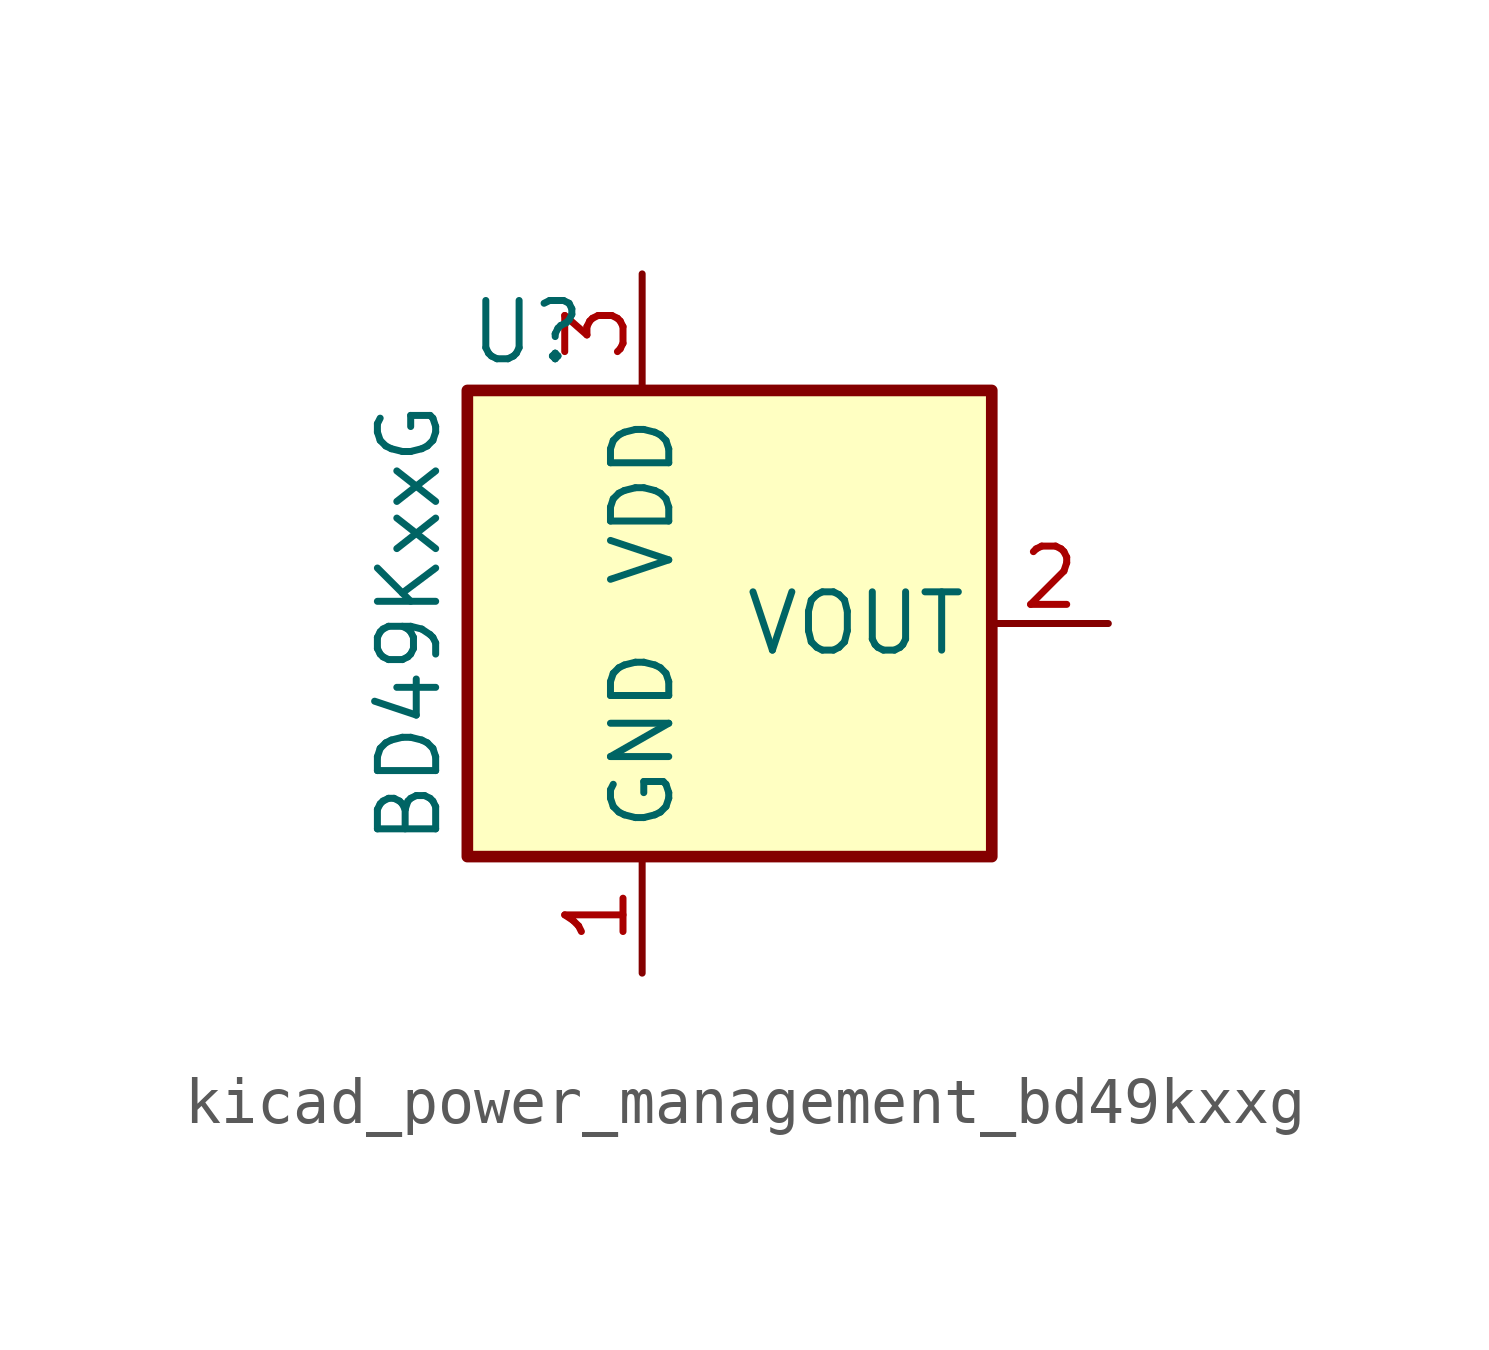
<source format=kicad_sym>
(kicad_symbol_lib
  (version 20220914)
  (generator kicad_symbol_editor)
  (symbol "kicad_power_management_bd49kxxg"
    (property "Reference" "U"
      (at -3.81 6.35 0)
      (effects (font (size 1.27 1.27)) (justify left)))
    (property "Value" "BD49KxxG"
      (at -5.08 0 90)
      (effects (font (size 1.27 1.27))))
    (symbol "kicad_power_management_bd49kxxg_1_1"
      (rectangle (start -3.81 5.08) (end 7.62 -5.08) (stroke (width 0.254) (type default)) (fill (type background)))
      (pin power_in line (at 0 -7.62 90) (length 2.54) (name "GND" (effects (font (size 1.27 1.27)))) (number "1" (effects (font (size 1.27 1.27)))))
      (pin output line (at 10.16 0 180) (length 2.54) (name "VOUT" (effects (font (size 1.27 1.27)))) (number "2" (effects (font (size 1.27 1.27)))))
      (pin power_in line (at 0 7.62 270) (length 2.54) (name "VDD" (effects (font (size 1.27 1.27)))) (number "3" (effects (font (size 1.27 1.27))))))))
</source>
